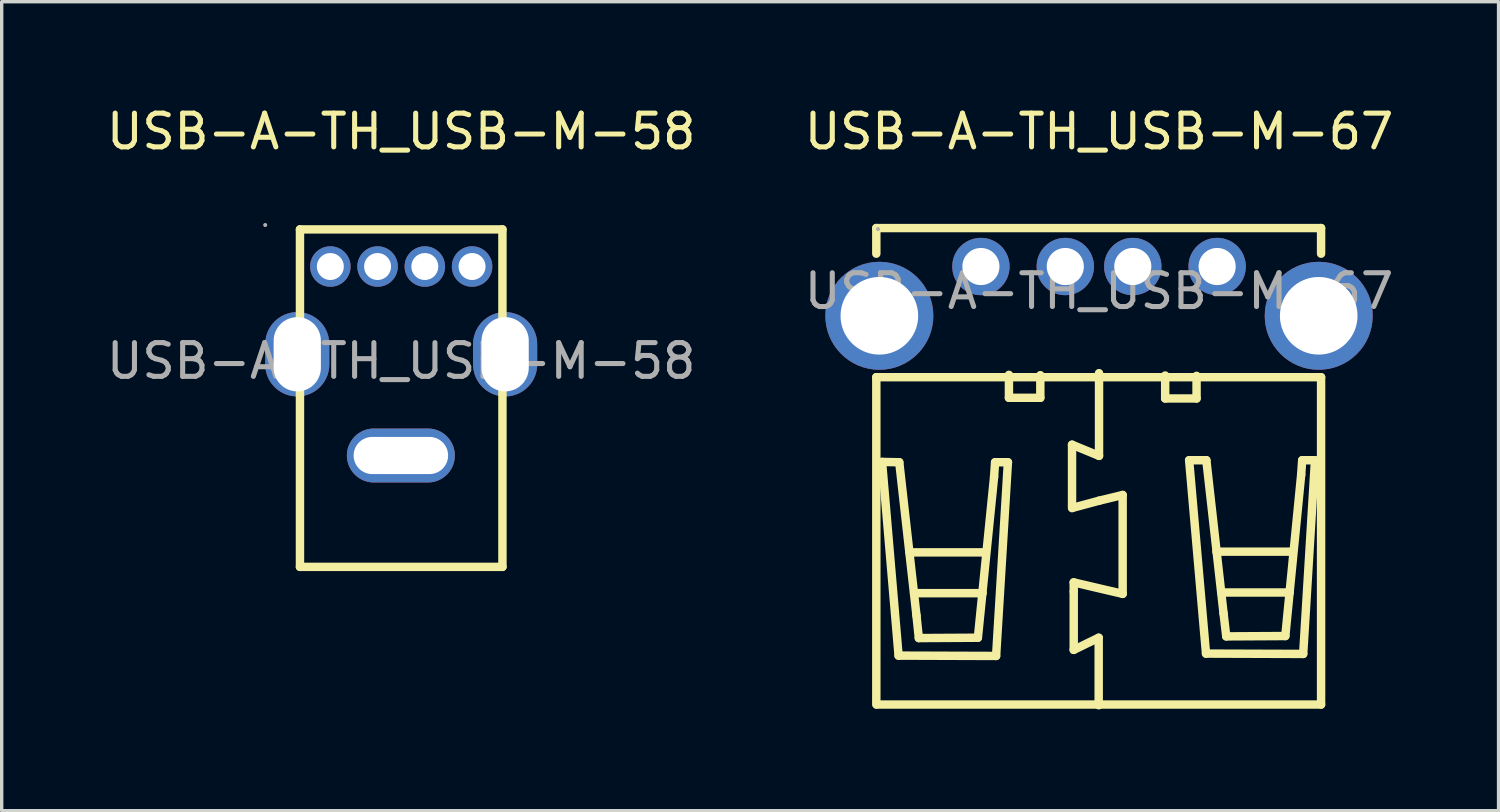
<source format=kicad_pcb>
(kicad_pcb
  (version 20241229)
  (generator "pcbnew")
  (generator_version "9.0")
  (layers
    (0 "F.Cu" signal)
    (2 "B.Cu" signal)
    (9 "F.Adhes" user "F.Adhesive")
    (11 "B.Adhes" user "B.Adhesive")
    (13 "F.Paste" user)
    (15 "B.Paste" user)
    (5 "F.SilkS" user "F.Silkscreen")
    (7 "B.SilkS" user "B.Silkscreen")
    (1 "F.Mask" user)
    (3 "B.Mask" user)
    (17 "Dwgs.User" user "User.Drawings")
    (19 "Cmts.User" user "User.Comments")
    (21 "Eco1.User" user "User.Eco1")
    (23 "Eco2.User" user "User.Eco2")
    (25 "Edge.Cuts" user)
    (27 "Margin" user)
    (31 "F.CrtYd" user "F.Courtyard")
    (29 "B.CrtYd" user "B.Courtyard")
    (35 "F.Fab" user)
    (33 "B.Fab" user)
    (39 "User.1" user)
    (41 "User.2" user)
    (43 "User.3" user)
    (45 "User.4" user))
  (footprint "USB-A-TH_USB-M-67"
    (layer "F.Cu")
    (at 29.518 5.578)
    (property "Reference" "USB-A-TH_USB-M-67" (at 0 -4.73 0) (layer "F.SilkS") (effects (font (size 1 1) (thickness 0.15))))
    (attr through_hole)
    (fp_line (start -6.6 -1.87) (end -6.6 -1.11) (stroke (width 0.25) (type solid)) (layer "F.SilkS"))
    (fp_line (start -6.6 2.55) (end -6.6 12.25) (stroke (width 0.25) (type solid)) (layer "F.SilkS"))
    (fp_line (start -6.6 2.55) (end 6.58 2.55) (stroke (width 0.25) (type solid)) (layer "F.SilkS"))
    (fp_line (start -6.58 12.25) (end 6.58 12.25) (stroke (width 0.25) (type solid)) (layer "F.SilkS"))
    (fp_line (start -6.43 5.06) (end -5.92 5.07) (stroke (width 0.25) (type solid)) (layer "F.SilkS"))
    (fp_line (start -5.94 10.8) (end -6.43 5.06) (stroke (width 0.25) (type solid)) (layer "F.SilkS"))
    (fp_line (start -5.92 5.07) (end -5.41 9.61) (stroke (width 0.25) (type solid)) (layer "F.SilkS"))
    (fp_line (start -5.62 7.74) (end -3.36 7.74) (stroke (width 0.25) (type solid)) (layer "F.SilkS"))
    (fp_line (start -5.48 8.95) (end -3.45 8.95) (stroke (width 0.25) (type solid)) (layer "F.SilkS"))
    (fp_line (start -5.41 9.61) (end -5.34 10.28) (stroke (width 0.25) (type solid)) (layer "F.SilkS"))
    (fp_line (start -5.34 10.28) (end -3.59 10.27) (stroke (width 0.25) (type solid)) (layer "F.SilkS"))
    (fp_line (start -3.59 10.27) (end -3.11 5.5) (stroke (width 0.25) (type solid)) (layer "F.SilkS"))
    (fp_line (start -3.11 5.5) (end -3.08 5.07) (stroke (width 0.25) (type solid)) (layer "F.SilkS"))
    (fp_line (start -3.08 5.07) (end -2.7 5.07) (stroke (width 0.25) (type solid)) (layer "F.SilkS"))
    (fp_line (start -3.05 10.81) (end -5.94 10.8) (stroke (width 0.25) (type solid)) (layer "F.SilkS"))
    (fp_line (start -2.7 5.07) (end -3.05 10.81) (stroke (width 0.25) (type solid)) (layer "F.SilkS"))
    (fp_line (start -2.67 2.48) (end -2.67 3.16) (stroke (width 0.25) (type solid)) (layer "F.SilkS"))
    (fp_line (start -2.67 3.16) (end -1.74 3.16) (stroke (width 0.25) (type solid)) (layer "F.SilkS"))
    (fp_line (start -1.74 3.16) (end -1.74 2.49) (stroke (width 0.25) (type solid)) (layer "F.SilkS"))
    (fp_line (start -0.8 4.55) (end 0 4.88) (stroke (width 0.25) (type solid)) (layer "F.SilkS"))
    (fp_line (start -0.8 6.43) (end -0.8 4.55) (stroke (width 0.25) (type solid)) (layer "F.SilkS"))
    (fp_line (start -0.78 6.42) (end 0 6.21) (stroke (width 0.25) (type solid)) (layer "F.SilkS"))
    (fp_line (start -0.75 8.63) (end -0.75 8.89) (stroke (width 0.25) (type solid)) (layer "F.SilkS"))
    (fp_line (start -0.75 8.91) (end -0.75 10.63) (stroke (width 0.25) (type solid)) (layer "F.SilkS"))
    (fp_line (start -0.75 10.63) (end -0.01 10.27) (stroke (width 0.25) (type solid)) (layer "F.SilkS"))
    (fp_line (start -0.01 10.27) (end -0.01 12.27) (stroke (width 0.25) (type solid)) (layer "F.SilkS"))
    (fp_line (start 0 4.88) (end 0 2.43) (stroke (width 0.25) (type solid)) (layer "F.SilkS"))
    (fp_line (start 0 6.21) (end 0.7 6.04) (stroke (width 0.25) (type solid)) (layer "F.SilkS"))
    (fp_line (start 0.7 6.04) (end 0.7 8.97) (stroke (width 0.25) (type solid)) (layer "F.SilkS"))
    (fp_line (start 0.7 8.97) (end -0.75 8.63) (stroke (width 0.25) (type solid)) (layer "F.SilkS"))
    (fp_line (start 1.96 2.5) (end 1.96 3.18) (stroke (width 0.25) (type solid)) (layer "F.SilkS"))
    (fp_line (start 1.96 3.18) (end 2.89 3.18) (stroke (width 0.25) (type solid)) (layer "F.SilkS"))
    (fp_line (start 2.67 5.01) (end 3.18 5.01) (stroke (width 0.25) (type solid)) (layer "F.SilkS"))
    (fp_line (start 2.89 3.18) (end 2.89 2.51) (stroke (width 0.25) (type solid)) (layer "F.SilkS"))
    (fp_line (start 3.17 10.74) (end 2.67 5.01) (stroke (width 0.25) (type solid)) (layer "F.SilkS"))
    (fp_line (start 3.18 5.01) (end 3.69 9.55) (stroke (width 0.25) (type solid)) (layer "F.SilkS"))
    (fp_line (start 3.48 7.72) (end 5.74 7.72) (stroke (width 0.25) (type solid)) (layer "F.SilkS"))
    (fp_line (start 3.62 8.93) (end 5.65 8.93) (stroke (width 0.25) (type solid)) (layer "F.SilkS"))
    (fp_line (start 3.69 9.55) (end 3.77 10.23) (stroke (width 0.25) (type solid)) (layer "F.SilkS"))
    (fp_line (start 3.77 10.23) (end 5.52 10.22) (stroke (width 0.25) (type solid)) (layer "F.SilkS"))
    (fp_line (start 5.52 10.22) (end 5.99 5.44) (stroke (width 0.25) (type solid)) (layer "F.SilkS"))
    (fp_line (start 5.99 5.44) (end 6.02 5.01) (stroke (width 0.25) (type solid)) (layer "F.SilkS"))
    (fp_line (start 6.02 5.01) (end 6.4 5.01) (stroke (width 0.25) (type solid)) (layer "F.SilkS"))
    (fp_line (start 6.05 10.75) (end 3.17 10.74) (stroke (width 0.25) (type solid)) (layer "F.SilkS"))
    (fp_line (start 6.4 5.01) (end 6.05 10.75) (stroke (width 0.25) (type solid)) (layer "F.SilkS"))
    (fp_line (start 6.58 -1.87) (end -6.6 -1.87) (stroke (width 0.25) (type solid)) (layer "F.SilkS"))
    (fp_line (start 6.58 -1.11) (end 6.58 -1.87) (stroke (width 0.25) (type solid)) (layer "F.SilkS"))
    (fp_line (start 6.58 12.25) (end 6.58 2.55) (stroke (width 0.25) (type solid)) (layer "F.SilkS"))
    (fp_circle (center -6.55 -1.84) (end -6.52 -1.84) (stroke (width 0.06) (type solid)) (fill no) (layer "F.Fab"))
    (fp_text user "${REFERENCE}" (at 0 0 0) (layer "F.Fab") (effects (font (size 1 1) (thickness 0.15))))
    (pad "1" thru_hole circle (at -3.5 -0.73 270) (size 1.7 1.7) (drill 1.1) (layers "*.Cu" "*.Paste" "*.Mask"))
    (pad "2" thru_hole circle (at -1 -0.73 270) (size 1.7 1.7) (drill 1.1) (layers "*.Cu" "*.Paste" "*.Mask"))
    (pad "3" thru_hole circle (at 1 -0.73 270) (size 1.7 1.7) (drill 1.1) (layers "*.Cu" "*.Paste" "*.Mask"))
    (pad "4" thru_hole circle (at 3.5 -0.73 270) (size 1.7 1.7) (drill 1.1) (layers "*.Cu" "*.Paste" "*.Mask"))
    (pad "5" thru_hole circle (at 6.51 0.73 90) (size 3.2 3.2) (drill 2.3) (layers "*.Cu" "*.Paste" "*.Mask"))
    (pad "6" thru_hole circle (at -6.51 0.73 90) (size 3.2 3.2) (drill 2.3) (layers "*.Cu" "*.Paste" "*.Mask")))
  (footprint "USB-A-TH_USB-M-58"
    (layer "F.Cu")
    (at 8.839 7.648)
    (property "Reference" "USB-A-TH_USB-M-58" (at 0 -6.8 0) (layer "F.SilkS") (effects (font (size 1 1) (thickness 0.15))))
    (attr through_hole)
    (fp_line (start -3 -3.9) (end -3 6.1) (stroke (width 0.25) (type solid)) (layer "F.SilkS"))
    (fp_line (start -3 -3.9) (end 3 -3.9) (stroke (width 0.25) (type solid)) (layer "F.SilkS"))
    (fp_line (start -3 6.1) (end 3 6.1) (stroke (width 0.25) (type solid)) (layer "F.SilkS"))
    (fp_line (start 3 -3.9) (end 3 6.1) (stroke (width 0.25) (type solid)) (layer "F.SilkS"))
    (fp_circle (center -4.03 -4.03) (end -4 -4.03) (stroke (width 0.06) (type solid)) (fill no) (layer "F.Fab"))
    (fp_circle (center -2.1 -2.8) (end -1.95 -2.8) (stroke (width 0.3) (type solid)) (fill no) (layer "F.Fab"))
    (fp_circle (center -0.7 -2.8) (end -0.55 -2.8) (stroke (width 0.3) (type solid)) (fill no) (layer "F.Fab"))
    (fp_circle (center 0.7 -2.8) (end 0.85 -2.8) (stroke (width 0.3) (type solid)) (fill no) (layer "F.Fab"))
    (fp_circle (center 2.1 -2.8) (end 2.25 -2.8) (stroke (width 0.3) (type solid)) (fill no) (layer "F.Fab"))
    (fp_text user "${REFERENCE}" (at 0 0 0) (layer "F.Fab") (effects (font (size 1 1) (thickness 0.15))))
    (pad "0" thru_hole oval (at -3.08 -0.2 90) (size 2.5 1.9) (drill oval 2.2 1.4) (layers "*.Cu" "*.Paste" "*.Mask"))
    (pad "0" thru_hole oval (at -0.01 2.8 180) (size 3.2 1.6) (drill oval 2.8 1.1) (layers "*.Cu" "*.Paste" "*.Mask"))
    (pad "0" thru_hole oval (at 3.08 -0.2 90) (size 2.5 1.9) (drill oval 2.2 1.4) (layers "*.Cu" "*.Paste" "*.Mask"))
    (pad "1" thru_hole circle (at -2.1 -2.8) (size 1.2 1.2) (drill 0.8) (layers "*.Cu" "*.Paste" "*.Mask"))
    (pad "2" thru_hole circle (at -0.7 -2.8) (size 1.2 1.2) (drill 0.8) (layers "*.Cu" "*.Paste" "*.Mask"))
    (pad "3" thru_hole circle (at 0.7 -2.8) (size 1.2 1.2) (drill 0.8) (layers "*.Cu" "*.Paste" "*.Mask"))
    (pad "4" thru_hole circle (at 2.1 -2.8) (size 1.2 1.2) (drill 0.8) (layers "*.Cu" "*.Paste" "*.Mask")))
  (gr_rect
    (start -3 -3)
    (end 41.357 20.973)
    (stroke (width 0.1) (type default))
    (fill no)
    (layer "Edge.Cuts")))
</source>
